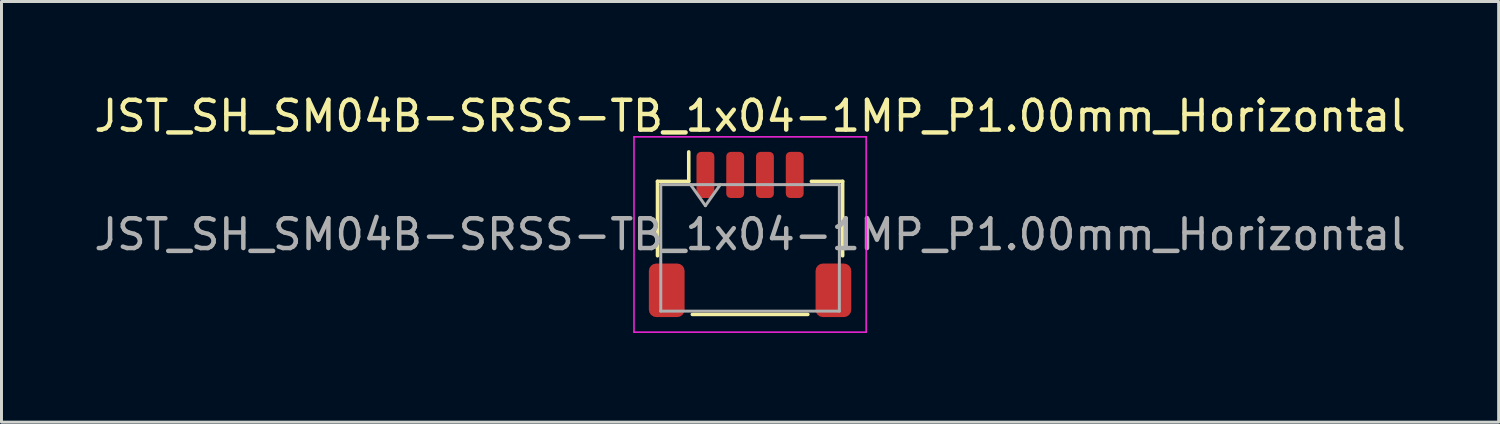
<source format=kicad_pcb>
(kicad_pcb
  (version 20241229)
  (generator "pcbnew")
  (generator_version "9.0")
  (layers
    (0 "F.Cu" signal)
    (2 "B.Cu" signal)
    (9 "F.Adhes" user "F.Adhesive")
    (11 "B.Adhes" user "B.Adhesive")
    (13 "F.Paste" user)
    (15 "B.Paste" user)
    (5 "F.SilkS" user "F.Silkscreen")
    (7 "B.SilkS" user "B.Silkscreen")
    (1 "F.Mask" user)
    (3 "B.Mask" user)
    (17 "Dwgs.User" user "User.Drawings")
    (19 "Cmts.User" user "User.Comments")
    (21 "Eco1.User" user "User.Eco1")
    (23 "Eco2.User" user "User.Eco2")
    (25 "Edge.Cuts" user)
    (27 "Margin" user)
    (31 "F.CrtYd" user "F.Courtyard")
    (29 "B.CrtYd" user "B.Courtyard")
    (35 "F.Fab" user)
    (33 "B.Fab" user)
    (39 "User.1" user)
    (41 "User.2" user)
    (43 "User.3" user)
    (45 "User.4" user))
  (footprint "JST_SH_SM04B-SRSS-TB_1x04-1MP_P1.00mm_Horizontal"
    (layer "F.Cu")
    (at 22.149 4.828)
    (property "Reference" "JST_SH_SM04B-SRSS-TB_1x04-1MP_P1.00mm_Horizontal" (at 0 -3.98 0) (layer "F.SilkS") (effects (font (size 1 1) (thickness 0.15))))
    (attr smd)
    (fp_line (start -3.11 -1.785) (end -2.06 -1.785) (stroke (width 0.12) (type solid)) (layer "F.SilkS"))
    (fp_line (start -3.11 0.715) (end -3.11 -1.785) (stroke (width 0.12) (type solid)) (layer "F.SilkS"))
    (fp_line (start -2.06 -1.785) (end -2.06 -2.775) (stroke (width 0.12) (type solid)) (layer "F.SilkS"))
    (fp_line (start -1.94 2.685) (end 1.94 2.685) (stroke (width 0.12) (type solid)) (layer "F.SilkS"))
    (fp_line (start 3.11 -1.785) (end 2.06 -1.785) (stroke (width 0.12) (type solid)) (layer "F.SilkS"))
    (fp_line (start 3.11 0.715) (end 3.11 -1.785) (stroke (width 0.12) (type solid)) (layer "F.SilkS"))
    (fp_line (start -3.9 -3.28) (end -3.9 3.28) (stroke (width 0.05) (type solid)) (layer "F.CrtYd"))
    (fp_line (start -3.9 3.28) (end 3.9 3.28) (stroke (width 0.05) (type solid)) (layer "F.CrtYd"))
    (fp_line (start 3.9 -3.28) (end -3.9 -3.28) (stroke (width 0.05) (type solid)) (layer "F.CrtYd"))
    (fp_line (start 3.9 3.28) (end 3.9 -3.28) (stroke (width 0.05) (type solid)) (layer "F.CrtYd"))
    (fp_line (start -3 -1.675) (end -3 2.575) (stroke (width 0.1) (type solid)) (layer "F.Fab"))
    (fp_line (start -3 -1.675) (end 3 -1.675) (stroke (width 0.1) (type solid)) (layer "F.Fab"))
    (fp_line (start -3 2.575) (end 3 2.575) (stroke (width 0.1) (type solid)) (layer "F.Fab"))
    (fp_line (start -2 -1.675) (end -1.5 -0.968) (stroke (width 0.1) (type solid)) (layer "F.Fab"))
    (fp_line (start -1.5 -0.968) (end -1 -1.675) (stroke (width 0.1) (type solid)) (layer "F.Fab"))
    (fp_line (start 3 -1.675) (end 3 2.575) (stroke (width 0.1) (type solid)) (layer "F.Fab"))
    (fp_text user "${REFERENCE}" (at 0 0 0) (layer "F.Fab") (effects (font (size 1 1) (thickness 0.15))))
    (pad "1" smd roundrect (at 1.5 -2) (size 0.6 1.55) (layers "F.Cu" "F.Mask" "F.Paste") (roundrect_rratio 0.25))
    (pad "2" smd roundrect (at 0.5 -2) (size 0.6 1.55) (layers "F.Cu" "F.Mask" "F.Paste") (roundrect_rratio 0.25))
    (pad "3" smd roundrect (at -0.5 -2) (size 0.6 1.55) (layers "F.Cu" "F.Mask" "F.Paste") (roundrect_rratio 0.25))
    (pad "4" smd roundrect (at -1.5 -2) (size 0.6 1.55) (layers "F.Cu" "F.Mask" "F.Paste") (roundrect_rratio 0.25))
    (pad "MP" smd roundrect (at -2.8 1.875) (size 1.2 1.8) (layers "F.Cu" "F.Mask" "F.Paste") (roundrect_rratio 0.208))
    (pad "MP" smd roundrect (at 2.8 1.875) (size 1.2 1.8) (layers "F.Cu" "F.Mask" "F.Paste") (roundrect_rratio 0.208)))
  (gr_rect
    (start -3 -3)
    (end 47.298 11.133)
    (stroke (width 0.1) (type default))
    (fill no)
    (layer "Edge.Cuts")))
</source>
